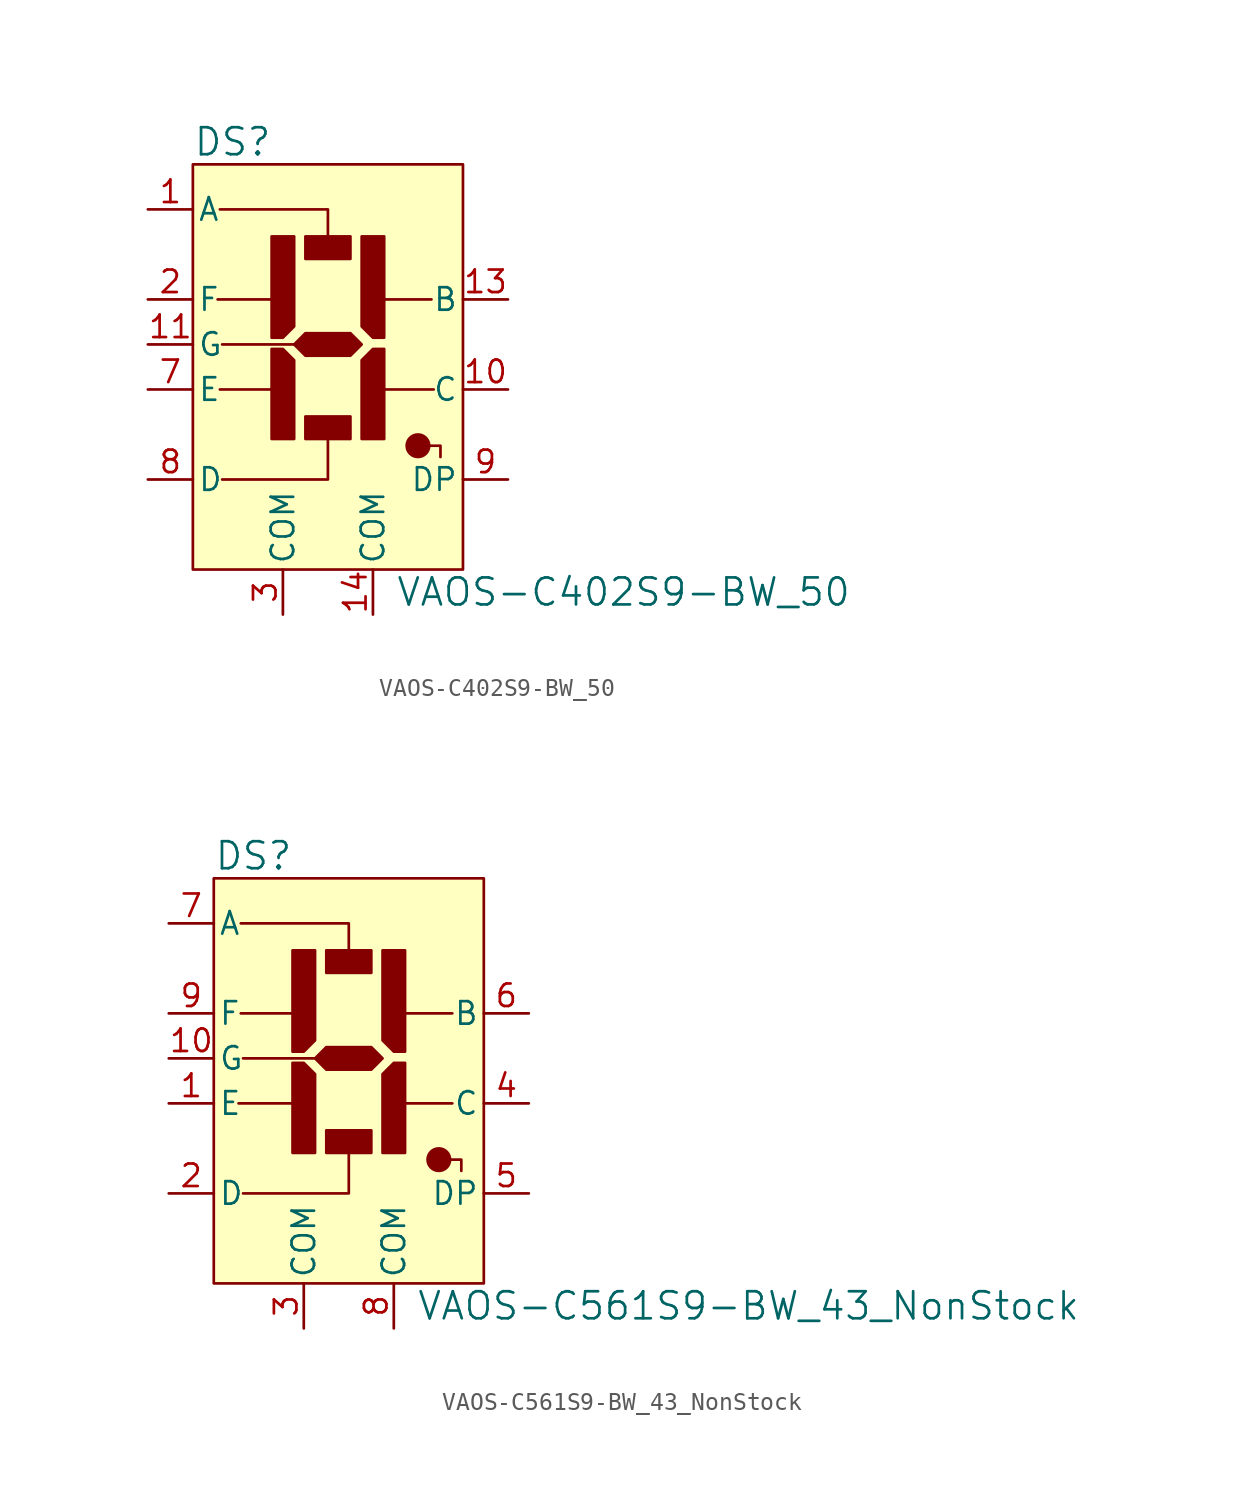
<source format=kicad_sym>
(kicad_symbol_lib
  (version 20211014)
  (generator kicad_symbol_editor)
  (symbol "VAOS-C402S9-BW_50"
    (pin_names
      (offset 0.254))
    (property "Reference" "DS"
      (at -7.62 11.43 0)
      (effects (font (size 1.524 1.524)) (justify left)))
    (property "Value" "VAOS-C402S9-BW_50"
      (at 3.81 -13.97 0)
      (effects (font (size 1.524 1.524)) (justify left)))
    (symbol "VAOS-C402S9-BW_50_0_1"
      (rectangle (start -7.62 10.16) (end 7.62 -12.7) (stroke (width 0) (type default) (color 0 0 0 0)) (fill (type background)))
      (rectangle (start -1.27 -4.064) (end 1.27 -5.334) (stroke (width 0) (type default) (color 0 0 0 0)) (fill (type outline)))
      (polyline (pts (xy -6.223 2.54) (xy -2.54 2.54)) (stroke (width 0) (type default) (color 0 0 0 0)) (fill (type none)))
      (polyline (pts (xy -6.096 -2.54) (xy -2.54 -2.54)) (stroke (width 0) (type default) (color 0 0 0 0)) (fill (type none)))
      (polyline (pts (xy -5.969 0) (xy 0 0)) (stroke (width 0) (type default) (color 0 0 0 0)) (fill (type none)))
      (polyline (pts (xy 5.842 2.54) (xy 2.54 2.54)) (stroke (width 0) (type default) (color 0 0 0 0)) (fill (type none)))
      (polyline (pts (xy 5.969 -2.54) (xy 2.54 -2.54)) (stroke (width 0) (type default) (color 0 0 0 0)) (fill (type none)))
      (polyline (pts (xy -6.096 7.62) (xy 0 7.62) (xy 0 5.08)) (stroke (width 0) (type default) (color 0 0 0 0)) (fill (type none)))
      (polyline (pts (xy -5.969 -7.62) (xy 0 -7.62) (xy 0 -5.08)) (stroke (width 0) (type default) (color 0 0 0 0)) (fill (type none)))
      (polyline (pts (xy 6.35 -6.35) (xy 6.35 -5.715) (xy 5.08 -5.715)) (stroke (width 0) (type default) (color 0 0 0 0)) (fill (type none)))
      (polyline (pts (xy -1.905 1.016) (xy -2.54 0.381) (xy -3.175 0.381) (xy -3.175 6.096) (xy -1.905 6.096) (xy -1.905 1.016)) (stroke (width 0) (type default) (color 0 0 0 0)) (fill (type outline)))
      (polyline (pts (xy 1.905 -0.889) (xy 2.54 -0.254) (xy 3.175 -0.254) (xy 3.175 -5.334) (xy 1.905 -5.334) (xy 1.905 -0.889)) (stroke (width 0) (type default) (color 0 0 0 0)) (fill (type outline)))
      (polyline (pts (xy 1.905 1.016) (xy 2.54 0.381) (xy 3.175 0.381) (xy 3.175 6.096) (xy 1.905 6.096) (xy 1.905 1.016)) (stroke (width 0) (type default) (color 0 0 0 0)) (fill (type outline)))
      (polyline (pts (xy -1.905 -0.889) (xy -2.54 -0.254) (xy -3.175 -0.254) (xy -3.175 -5.334) (xy -2.54 -5.334) (xy -1.905 -5.334) (xy -1.905 -0.889)) (stroke (width 0) (type default) (color 0 0 0 0)) (fill (type outline)))
      (polyline (pts (xy -1.905 0) (xy -1.27 0.635) (xy 1.27 0.635) (xy 1.905 0) (xy 1.27 -0.635) (xy -1.27 -0.635) (xy -1.905 0)) (stroke (width 0) (type default) (color 0 0 0 0)) (fill (type outline)))
      (rectangle (start 1.27 4.826) (end -1.27 6.096) (stroke (width 0) (type default) (color 0 0 0 0)) (fill (type outline)))
      (circle (center 5.08 -5.715) (radius 0.635) (stroke (width 0) (type default) (color 0 0 0 0)) (fill (type outline))))
    (symbol "VAOS-C402S9-BW_50_1_0"
      (pin passive line (at 2.54 -15.24 90) (length 2.54) (name "COM" (effects (font (size 1.27 1.27)))) (number "14" (effects (font (size 1.27 1.27)))))
      (pin passive line (at -2.54 -15.24 90) (length 2.54) (name "COM" (effects (font (size 1.27 1.27)))) (number "3" (effects (font (size 1.27 1.27))))))
    (symbol "VAOS-C402S9-BW_50_1_1"
      (pin input line (at -10.16 7.62 0) (length 2.54) (name "A" (effects (font (size 1.27 1.27)))) (number "1" (effects (font (size 1.27 1.27)))))
      (pin input line (at 10.16 -2.54 180) (length 2.54) (name "C" (effects (font (size 1.27 1.27)))) (number "10" (effects (font (size 1.27 1.27)))))
      (pin input line (at -10.16 0 0) (length 2.54) (name "G" (effects (font (size 1.27 1.27)))) (number "11" (effects (font (size 1.27 1.27)))))
      (pin input line (at 10.16 2.54 180) (length 2.54) (name "B" (effects (font (size 1.27 1.27)))) (number "13" (effects (font (size 1.27 1.27)))))
      (pin input line (at -10.16 2.54 0) (length 2.54) (name "F" (effects (font (size 1.27 1.27)))) (number "2" (effects (font (size 1.27 1.27)))))
      (pin input line (at -10.16 -2.54 0) (length 2.54) (name "E" (effects (font (size 1.27 1.27)))) (number "7" (effects (font (size 1.27 1.27)))))
      (pin input line (at -10.16 -7.62 0) (length 2.54) (name "D" (effects (font (size 1.27 1.27)))) (number "8" (effects (font (size 1.27 1.27)))))
      (pin input line (at 10.16 -7.62 180) (length 2.54) (name "DP" (effects (font (size 1.27 1.27)))) (number "9" (effects (font (size 1.27 1.27)))))))
  (symbol "VAOS-C561S9-BW_43_NonStock"
    (pin_names
      (offset 0.254))
    (property "Reference" "DS"
      (at -7.62 11.43 0)
      (effects (font (size 1.524 1.524)) (justify left)))
    (property "Value" "VAOS-C561S9-BW_43_NonStock"
      (at 3.81 -13.97 0)
      (effects (font (size 1.524 1.524)) (justify left)))
    (symbol "VAOS-C561S9-BW_43_NonStock_0_1"
      (rectangle (start -7.62 10.16) (end 7.62 -12.7) (stroke (width 0) (type default) (color 0 0 0 0)) (fill (type background)))
      (rectangle (start -1.27 -4.064) (end 1.27 -5.334) (stroke (width 0) (type default) (color 0 0 0 0)) (fill (type outline)))
      (polyline (pts (xy -6.223 -2.54) (xy -2.54 -2.54)) (stroke (width 0) (type default) (color 0 0 0 0)) (fill (type none)))
      (polyline (pts (xy -6.096 2.54) (xy -2.54 2.54)) (stroke (width 0) (type default) (color 0 0 0 0)) (fill (type none)))
      (polyline (pts (xy -5.969 0) (xy 0 0)) (stroke (width 0) (type default) (color 0 0 0 0)) (fill (type none)))
      (polyline (pts (xy 5.842 -2.54) (xy 2.54 -2.54)) (stroke (width 0) (type default) (color 0 0 0 0)) (fill (type none)))
      (polyline (pts (xy 5.842 2.54) (xy 2.54 2.54)) (stroke (width 0) (type default) (color 0 0 0 0)) (fill (type none)))
      (polyline (pts (xy -6.096 7.62) (xy 0 7.62) (xy 0 5.08)) (stroke (width 0) (type default) (color 0 0 0 0)) (fill (type none)))
      (polyline (pts (xy -5.969 -7.62) (xy 0 -7.62) (xy 0 -5.08)) (stroke (width 0) (type default) (color 0 0 0 0)) (fill (type none)))
      (polyline (pts (xy 6.35 -6.35) (xy 6.35 -5.715) (xy 5.08 -5.715)) (stroke (width 0) (type default) (color 0 0 0 0)) (fill (type none)))
      (polyline (pts (xy -1.905 1.016) (xy -2.54 0.381) (xy -3.175 0.381) (xy -3.175 6.096) (xy -1.905 6.096) (xy -1.905 1.016)) (stroke (width 0) (type default) (color 0 0 0 0)) (fill (type outline)))
      (polyline (pts (xy 1.905 -0.889) (xy 2.54 -0.254) (xy 3.175 -0.254) (xy 3.175 -5.334) (xy 1.905 -5.334) (xy 1.905 -0.889)) (stroke (width 0) (type default) (color 0 0 0 0)) (fill (type outline)))
      (polyline (pts (xy 1.905 1.016) (xy 2.54 0.381) (xy 3.175 0.381) (xy 3.175 6.096) (xy 1.905 6.096) (xy 1.905 1.016)) (stroke (width 0) (type default) (color 0 0 0 0)) (fill (type outline)))
      (polyline (pts (xy -1.905 -0.889) (xy -2.54 -0.254) (xy -3.175 -0.254) (xy -3.175 -5.334) (xy -2.54 -5.334) (xy -1.905 -5.334) (xy -1.905 -0.889)) (stroke (width 0) (type default) (color 0 0 0 0)) (fill (type outline)))
      (polyline (pts (xy -1.905 0) (xy -1.27 0.635) (xy 1.27 0.635) (xy 1.905 0) (xy 1.27 -0.635) (xy -1.27 -0.635) (xy -1.905 0)) (stroke (width 0) (type default) (color 0 0 0 0)) (fill (type outline)))
      (rectangle (start 1.27 4.826) (end -1.27 6.096) (stroke (width 0) (type default) (color 0 0 0 0)) (fill (type outline)))
      (circle (center 5.08 -5.715) (radius 0.635) (stroke (width 0) (type default) (color 0 0 0 0)) (fill (type outline))))
    (symbol "VAOS-C561S9-BW_43_NonStock_1_0"
      (pin passive line (at -2.54 -15.24 90) (length 2.54) (name "COM" (effects (font (size 1.27 1.27)))) (number "3" (effects (font (size 1.27 1.27)))))
      (pin passive line (at 2.54 -15.24 90) (length 2.54) (name "COM" (effects (font (size 1.27 1.27)))) (number "8" (effects (font (size 1.27 1.27))))))
    (symbol "VAOS-C561S9-BW_43_NonStock_1_1"
      (pin input line (at -10.16 -2.54 0) (length 2.54) (name "E" (effects (font (size 1.27 1.27)))) (number "1" (effects (font (size 1.27 1.27)))))
      (pin input line (at -10.16 0 0) (length 2.54) (name "G" (effects (font (size 1.27 1.27)))) (number "10" (effects (font (size 1.27 1.27)))))
      (pin input line (at -10.16 -7.62 0) (length 2.54) (name "D" (effects (font (size 1.27 1.27)))) (number "2" (effects (font (size 1.27 1.27)))))
      (pin input line (at 10.16 -2.54 180) (length 2.54) (name "C" (effects (font (size 1.27 1.27)))) (number "4" (effects (font (size 1.27 1.27)))))
      (pin input line (at 10.16 -7.62 180) (length 2.54) (name "DP" (effects (font (size 1.27 1.27)))) (number "5" (effects (font (size 1.27 1.27)))))
      (pin input line (at 10.16 2.54 180) (length 2.54) (name "B" (effects (font (size 1.27 1.27)))) (number "6" (effects (font (size 1.27 1.27)))))
      (pin input line (at -10.16 7.62 0) (length 2.54) (name "A" (effects (font (size 1.27 1.27)))) (number "7" (effects (font (size 1.27 1.27)))))
      (pin input line (at -10.16 2.54 0) (length 2.54) (name "F" (effects (font (size 1.27 1.27)))) (number "9" (effects (font (size 1.27 1.27))))))))
</source>
